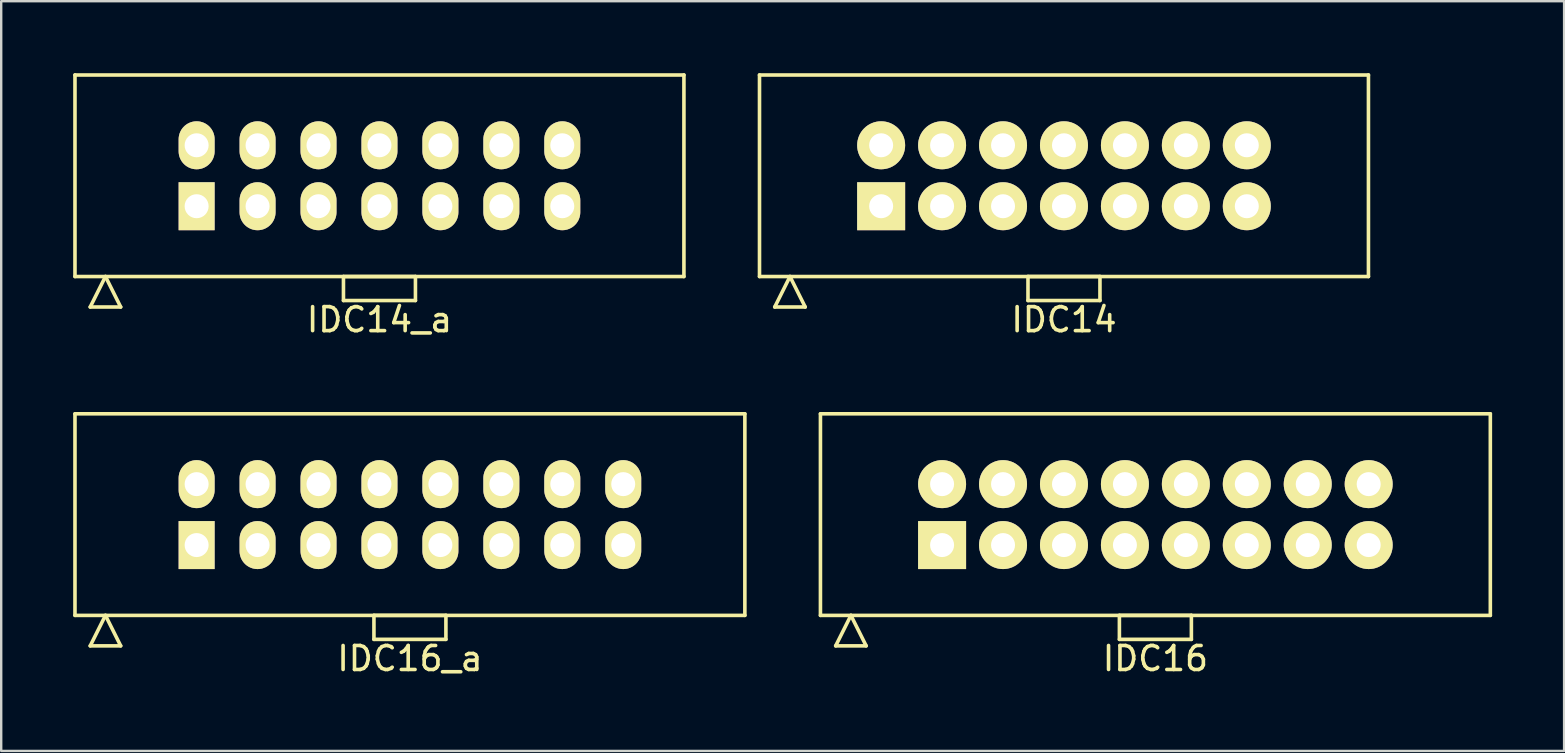
<source format=kicad_pcb>
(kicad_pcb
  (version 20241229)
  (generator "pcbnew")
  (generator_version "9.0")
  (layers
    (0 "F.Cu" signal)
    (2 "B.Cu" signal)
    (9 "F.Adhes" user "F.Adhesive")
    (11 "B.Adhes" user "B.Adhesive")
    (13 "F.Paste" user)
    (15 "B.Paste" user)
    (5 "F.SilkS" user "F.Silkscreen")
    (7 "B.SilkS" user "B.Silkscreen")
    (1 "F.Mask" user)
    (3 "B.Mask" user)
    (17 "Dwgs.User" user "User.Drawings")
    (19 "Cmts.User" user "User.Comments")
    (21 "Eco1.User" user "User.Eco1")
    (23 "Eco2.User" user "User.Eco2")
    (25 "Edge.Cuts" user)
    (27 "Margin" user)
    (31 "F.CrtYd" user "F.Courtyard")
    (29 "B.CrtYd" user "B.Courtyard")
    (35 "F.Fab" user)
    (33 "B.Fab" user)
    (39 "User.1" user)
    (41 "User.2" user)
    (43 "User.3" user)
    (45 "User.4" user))
  (footprint "IDC16"
    (layer "F.Cu")
    (at 45.105 18.398)
    (property "Reference" "IDC16" (at 0 6 0) (layer "F.SilkS") (effects (font (size 1 1) (thickness 0.15))))
    (attr through_hole)
    (fp_line (start -13.96 -4.2) (end -13.96 4.2) (stroke (width 0.15) (type solid)) (layer "F.SilkS"))
    (fp_line (start -13.96 4.2) (end 13.96 4.2) (stroke (width 0.15) (type solid)) (layer "F.SilkS"))
    (fp_line (start -13.325 5.47) (end -12.69 4.2) (stroke (width 0.15) (type solid)) (layer "F.SilkS"))
    (fp_line (start -13.325 5.47) (end -12.055 5.47) (stroke (width 0.15) (type solid)) (layer "F.SilkS"))
    (fp_line (start -12.055 5.47) (end -12.69 4.2) (stroke (width 0.15) (type solid)) (layer "F.SilkS"))
    (fp_line (start -1.5 4.2) (end -1.5 5.2) (stroke (width 0.15) (type solid)) (layer "F.SilkS"))
    (fp_line (start -1.5 5.2) (end 1.5 5.2) (stroke (width 0.15) (type solid)) (layer "F.SilkS"))
    (fp_line (start 1.5 4.2) (end -1.5 4.2) (stroke (width 0.15) (type solid)) (layer "F.SilkS"))
    (fp_line (start 1.5 5.2) (end 1.5 4.2) (stroke (width 0.15) (type solid)) (layer "F.SilkS"))
    (fp_line (start 13.96 -4.2) (end -13.96 -4.2) (stroke (width 0.15) (type solid)) (layer "F.SilkS"))
    (fp_line (start 13.96 4.2) (end 13.96 -4.2) (stroke (width 0.15) (type solid)) (layer "F.SilkS"))
    (pad "1" thru_hole rect (at -8.89 1.27) (size 2 2) (drill 1) (layers "*.Cu" "*.Mask" "F.SilkS"))
    (pad "2" thru_hole oval (at -8.89 -1.27) (size 2 2) (drill 1) (layers "*.Cu" "*.Mask" "F.SilkS"))
    (pad "3" thru_hole oval (at -6.35 1.27) (size 2 2) (drill 1) (layers "*.Cu" "*.Mask" "F.SilkS"))
    (pad "4" thru_hole oval (at -6.35 -1.27) (size 2 2) (drill 1) (layers "*.Cu" "*.Mask" "F.SilkS"))
    (pad "5" thru_hole oval (at -3.81 1.27) (size 2 2) (drill 1) (layers "*.Cu" "*.Mask" "F.SilkS"))
    (pad "6" thru_hole oval (at -3.81 -1.27) (size 2 2) (drill 1) (layers "*.Cu" "*.Mask" "F.SilkS"))
    (pad "7" thru_hole oval (at -1.27 1.27) (size 2 2) (drill 1) (layers "*.Cu" "*.Mask" "F.SilkS"))
    (pad "8" thru_hole oval (at -1.27 -1.27) (size 2 2) (drill 1) (layers "*.Cu" "*.Mask" "F.SilkS"))
    (pad "9" thru_hole oval (at 1.27 1.27) (size 2 2) (drill 1) (layers "*.Cu" "*.Mask" "F.SilkS"))
    (pad "10" thru_hole oval (at 1.27 -1.27) (size 2 2) (drill 1) (layers "*.Cu" "*.Mask" "F.SilkS"))
    (pad "11" thru_hole oval (at 3.81 1.27) (size 2 2) (drill 1) (layers "*.Cu" "*.Mask" "F.SilkS"))
    (pad "12" thru_hole oval (at 3.81 -1.27) (size 2 2) (drill 1) (layers "*.Cu" "*.Mask" "F.SilkS"))
    (pad "13" thru_hole oval (at 6.35 1.27) (size 2 2) (drill 1) (layers "*.Cu" "*.Mask" "F.SilkS"))
    (pad "14" thru_hole oval (at 6.35 -1.27) (size 2 2) (drill 1) (layers "*.Cu" "*.Mask" "F.SilkS"))
    (pad "15" thru_hole oval (at 8.89 1.27) (size 2 2) (drill 1) (layers "*.Cu" "*.Mask" "F.SilkS"))
    (pad "16" thru_hole oval (at 8.89 -1.27) (size 2 2) (drill 1) (layers "*.Cu" "*.Mask" "F.SilkS")))
  (footprint "IDC16_a"
    (layer "F.Cu")
    (at 14.035 18.398)
    (property "Reference" "IDC16_a" (at 0 6 0) (layer "F.SilkS") (effects (font (size 1 1) (thickness 0.15))))
    (attr through_hole)
    (fp_line (start -13.96 -4.2) (end -13.96 4.2) (stroke (width 0.15) (type solid)) (layer "F.SilkS"))
    (fp_line (start -13.96 4.2) (end 13.96 4.2) (stroke (width 0.15) (type solid)) (layer "F.SilkS"))
    (fp_line (start -13.325 5.47) (end -12.69 4.2) (stroke (width 0.15) (type solid)) (layer "F.SilkS"))
    (fp_line (start -13.325 5.47) (end -12.055 5.47) (stroke (width 0.15) (type solid)) (layer "F.SilkS"))
    (fp_line (start -12.055 5.47) (end -12.69 4.2) (stroke (width 0.15) (type solid)) (layer "F.SilkS"))
    (fp_line (start -1.5 4.2) (end -1.5 5.2) (stroke (width 0.15) (type solid)) (layer "F.SilkS"))
    (fp_line (start -1.5 5.2) (end 1.5 5.2) (stroke (width 0.15) (type solid)) (layer "F.SilkS"))
    (fp_line (start 1.5 4.2) (end -1.5 4.2) (stroke (width 0.15) (type solid)) (layer "F.SilkS"))
    (fp_line (start 1.5 5.2) (end 1.5 4.2) (stroke (width 0.15) (type solid)) (layer "F.SilkS"))
    (fp_line (start 13.96 -4.2) (end -13.96 -4.2) (stroke (width 0.15) (type solid)) (layer "F.SilkS"))
    (fp_line (start 13.96 4.2) (end 13.96 -4.2) (stroke (width 0.15) (type solid)) (layer "F.SilkS"))
    (pad "1" thru_hole rect (at -8.89 1.27) (size 1.5 2) (drill 1) (layers "*.Cu" "*.Mask" "F.SilkS"))
    (pad "2" thru_hole oval (at -8.89 -1.27) (size 1.5 2) (drill 1) (layers "*.Cu" "*.Mask" "F.SilkS"))
    (pad "3" thru_hole oval (at -6.35 1.27) (size 1.5 2) (drill 1) (layers "*.Cu" "*.Mask" "F.SilkS"))
    (pad "4" thru_hole oval (at -6.35 -1.27) (size 1.5 2) (drill 1) (layers "*.Cu" "*.Mask" "F.SilkS"))
    (pad "5" thru_hole oval (at -3.81 1.27) (size 1.5 2) (drill 1) (layers "*.Cu" "*.Mask" "F.SilkS"))
    (pad "6" thru_hole oval (at -3.81 -1.27) (size 1.5 2) (drill 1) (layers "*.Cu" "*.Mask" "F.SilkS"))
    (pad "7" thru_hole oval (at -1.27 1.27) (size 1.5 2) (drill 1) (layers "*.Cu" "*.Mask" "F.SilkS"))
    (pad "8" thru_hole oval (at -1.27 -1.27) (size 1.5 2) (drill 1) (layers "*.Cu" "*.Mask" "F.SilkS"))
    (pad "9" thru_hole oval (at 1.27 1.27) (size 1.5 2) (drill 1) (layers "*.Cu" "*.Mask" "F.SilkS"))
    (pad "10" thru_hole oval (at 1.27 -1.27) (size 1.5 2) (drill 1) (layers "*.Cu" "*.Mask" "F.SilkS"))
    (pad "11" thru_hole oval (at 3.81 1.27) (size 1.5 2) (drill 1) (layers "*.Cu" "*.Mask" "F.SilkS"))
    (pad "12" thru_hole oval (at 3.81 -1.27) (size 1.5 2) (drill 1) (layers "*.Cu" "*.Mask" "F.SilkS"))
    (pad "13" thru_hole oval (at 6.35 1.27) (size 1.5 2) (drill 1) (layers "*.Cu" "*.Mask" "F.SilkS"))
    (pad "14" thru_hole oval (at 6.35 -1.27) (size 1.5 2) (drill 1) (layers "*.Cu" "*.Mask" "F.SilkS"))
    (pad "15" thru_hole oval (at 8.89 1.27) (size 1.5 2) (drill 1) (layers "*.Cu" "*.Mask" "F.SilkS"))
    (pad "16" thru_hole oval (at 8.89 -1.27) (size 1.5 2) (drill 1) (layers "*.Cu" "*.Mask" "F.SilkS")))
  (footprint "IDC14"
    (layer "F.Cu")
    (at 41.295 4.275)
    (property "Reference" "IDC14" (at 0 6 0) (layer "F.SilkS") (effects (font (size 1 1) (thickness 0.15))))
    (attr through_hole)
    (fp_line (start -12.69 -4.2) (end -12.69 4.2) (stroke (width 0.15) (type solid)) (layer "F.SilkS"))
    (fp_line (start -12.69 4.2) (end 12.69 4.2) (stroke (width 0.15) (type solid)) (layer "F.SilkS"))
    (fp_line (start -12.055 5.47) (end -11.42 4.2) (stroke (width 0.15) (type solid)) (layer "F.SilkS"))
    (fp_line (start -12.055 5.47) (end -10.785 5.47) (stroke (width 0.15) (type solid)) (layer "F.SilkS"))
    (fp_line (start -10.785 5.47) (end -11.42 4.2) (stroke (width 0.15) (type solid)) (layer "F.SilkS"))
    (fp_line (start -1.5 4.2) (end -1.5 5.2) (stroke (width 0.15) (type solid)) (layer "F.SilkS"))
    (fp_line (start -1.5 5.2) (end 1.5 5.2) (stroke (width 0.15) (type solid)) (layer "F.SilkS"))
    (fp_line (start 1.5 4.2) (end -1.5 4.2) (stroke (width 0.15) (type solid)) (layer "F.SilkS"))
    (fp_line (start 1.5 5.2) (end 1.5 4.2) (stroke (width 0.15) (type solid)) (layer "F.SilkS"))
    (fp_line (start 12.69 -4.2) (end -12.69 -4.2) (stroke (width 0.15) (type solid)) (layer "F.SilkS"))
    (fp_line (start 12.69 4.2) (end 12.69 -4.2) (stroke (width 0.15) (type solid)) (layer "F.SilkS"))
    (pad "1" thru_hole rect (at -7.62 1.27) (size 2 2) (drill 1) (layers "*.Cu" "*.Mask" "F.SilkS"))
    (pad "2" thru_hole oval (at -7.62 -1.27) (size 2 2) (drill 1) (layers "*.Cu" "*.Mask" "F.SilkS"))
    (pad "3" thru_hole oval (at -5.08 1.27) (size 2 2) (drill 1) (layers "*.Cu" "*.Mask" "F.SilkS"))
    (pad "4" thru_hole oval (at -5.08 -1.27) (size 2 2) (drill 1) (layers "*.Cu" "*.Mask" "F.SilkS"))
    (pad "5" thru_hole oval (at -2.54 1.27) (size 2 2) (drill 1) (layers "*.Cu" "*.Mask" "F.SilkS"))
    (pad "6" thru_hole oval (at -2.54 -1.27) (size 2 2) (drill 1) (layers "*.Cu" "*.Mask" "F.SilkS"))
    (pad "7" thru_hole oval (at 0 1.27) (size 2 2) (drill 1) (layers "*.Cu" "*.Mask" "F.SilkS"))
    (pad "8" thru_hole oval (at 0 -1.27) (size 2 2) (drill 1) (layers "*.Cu" "*.Mask" "F.SilkS"))
    (pad "9" thru_hole oval (at 2.54 1.27) (size 2 2) (drill 1) (layers "*.Cu" "*.Mask" "F.SilkS"))
    (pad "10" thru_hole oval (at 2.54 -1.27) (size 2 2) (drill 1) (layers "*.Cu" "*.Mask" "F.SilkS"))
    (pad "11" thru_hole oval (at 5.08 1.27) (size 2 2) (drill 1) (layers "*.Cu" "*.Mask" "F.SilkS"))
    (pad "12" thru_hole oval (at 5.08 -1.27) (size 2 2) (drill 1) (layers "*.Cu" "*.Mask" "F.SilkS"))
    (pad "13" thru_hole oval (at 7.62 1.27) (size 2 2) (drill 1) (layers "*.Cu" "*.Mask" "F.SilkS"))
    (pad "14" thru_hole oval (at 7.62 -1.27) (size 2 2) (drill 1) (layers "*.Cu" "*.Mask" "F.SilkS")))
  (footprint "IDC14_a"
    (layer "F.Cu")
    (at 12.765 4.275)
    (property "Reference" "IDC14_a" (at 0 6 0) (layer "F.SilkS") (effects (font (size 1 1) (thickness 0.15))))
    (attr through_hole)
    (fp_line (start -12.69 -4.2) (end -12.69 4.2) (stroke (width 0.15) (type solid)) (layer "F.SilkS"))
    (fp_line (start -12.69 4.2) (end 12.69 4.2) (stroke (width 0.15) (type solid)) (layer "F.SilkS"))
    (fp_line (start -12.055 5.47) (end -11.42 4.2) (stroke (width 0.15) (type solid)) (layer "F.SilkS"))
    (fp_line (start -12.055 5.47) (end -10.785 5.47) (stroke (width 0.15) (type solid)) (layer "F.SilkS"))
    (fp_line (start -10.785 5.47) (end -11.42 4.2) (stroke (width 0.15) (type solid)) (layer "F.SilkS"))
    (fp_line (start -1.5 4.2) (end -1.5 5.2) (stroke (width 0.15) (type solid)) (layer "F.SilkS"))
    (fp_line (start -1.5 5.2) (end 1.5 5.2) (stroke (width 0.15) (type solid)) (layer "F.SilkS"))
    (fp_line (start 1.5 4.2) (end -1.5 4.2) (stroke (width 0.15) (type solid)) (layer "F.SilkS"))
    (fp_line (start 1.5 5.2) (end 1.5 4.2) (stroke (width 0.15) (type solid)) (layer "F.SilkS"))
    (fp_line (start 12.69 -4.2) (end -12.69 -4.2) (stroke (width 0.15) (type solid)) (layer "F.SilkS"))
    (fp_line (start 12.69 4.2) (end 12.69 -4.2) (stroke (width 0.15) (type solid)) (layer "F.SilkS"))
    (pad "1" thru_hole rect (at -7.62 1.27) (size 1.5 2) (drill 1) (layers "*.Cu" "*.Mask" "F.SilkS"))
    (pad "2" thru_hole oval (at -7.62 -1.27) (size 1.5 2) (drill 1) (layers "*.Cu" "*.Mask" "F.SilkS"))
    (pad "3" thru_hole oval (at -5.08 1.27) (size 1.5 2) (drill 1) (layers "*.Cu" "*.Mask" "F.SilkS"))
    (pad "4" thru_hole oval (at -5.08 -1.27) (size 1.5 2) (drill 1) (layers "*.Cu" "*.Mask" "F.SilkS"))
    (pad "5" thru_hole oval (at -2.54 1.27) (size 1.5 2) (drill 1) (layers "*.Cu" "*.Mask" "F.SilkS"))
    (pad "6" thru_hole oval (at -2.54 -1.27) (size 1.5 2) (drill 1) (layers "*.Cu" "*.Mask" "F.SilkS"))
    (pad "7" thru_hole oval (at 0 1.27) (size 1.5 2) (drill 1) (layers "*.Cu" "*.Mask" "F.SilkS"))
    (pad "8" thru_hole oval (at 0 -1.27) (size 1.5 2) (drill 1) (layers "*.Cu" "*.Mask" "F.SilkS"))
    (pad "9" thru_hole oval (at 2.54 1.27) (size 1.5 2) (drill 1) (layers "*.Cu" "*.Mask" "F.SilkS"))
    (pad "10" thru_hole oval (at 2.54 -1.27) (size 1.5 2) (drill 1) (layers "*.Cu" "*.Mask" "F.SilkS"))
    (pad "11" thru_hole oval (at 5.08 1.27) (size 1.5 2) (drill 1) (layers "*.Cu" "*.Mask" "F.SilkS"))
    (pad "12" thru_hole oval (at 5.08 -1.27) (size 1.5 2) (drill 1) (layers "*.Cu" "*.Mask" "F.SilkS"))
    (pad "13" thru_hole oval (at 7.62 1.27) (size 1.5 2) (drill 1) (layers "*.Cu" "*.Mask" "F.SilkS"))
    (pad "14" thru_hole oval (at 7.62 -1.27) (size 1.5 2) (drill 1) (layers "*.Cu" "*.Mask" "F.SilkS")))
  (gr_rect
    (start -3 -3)
    (end 62.14 28.247)
    (stroke (width 0.1) (type default))
    (fill no)
    (layer "Edge.Cuts")))
</source>
